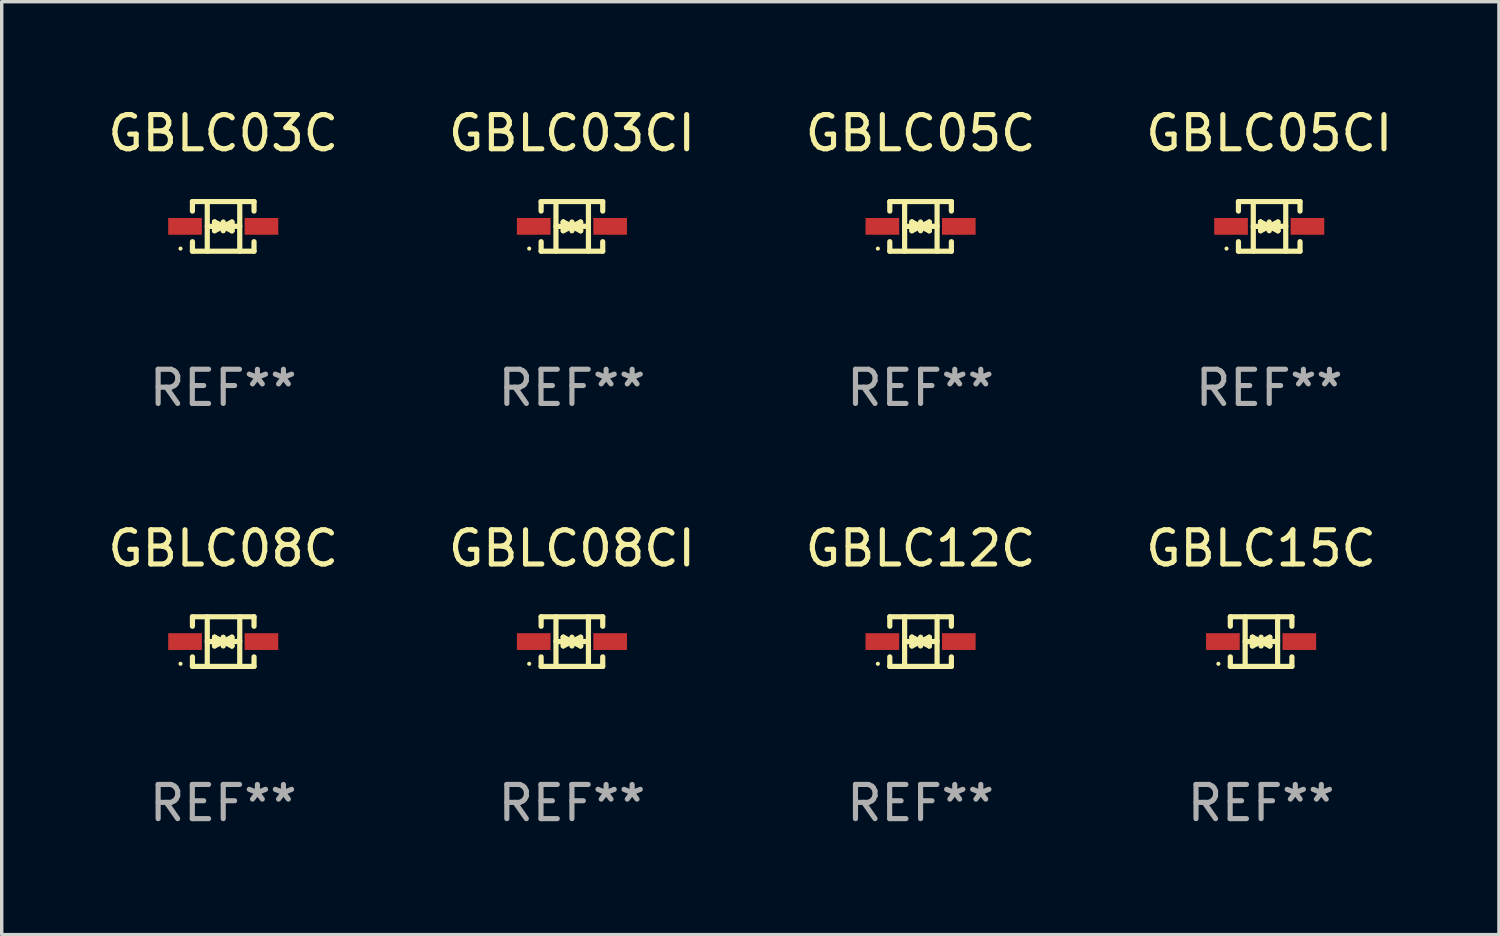
<source format=kicad_pcb>
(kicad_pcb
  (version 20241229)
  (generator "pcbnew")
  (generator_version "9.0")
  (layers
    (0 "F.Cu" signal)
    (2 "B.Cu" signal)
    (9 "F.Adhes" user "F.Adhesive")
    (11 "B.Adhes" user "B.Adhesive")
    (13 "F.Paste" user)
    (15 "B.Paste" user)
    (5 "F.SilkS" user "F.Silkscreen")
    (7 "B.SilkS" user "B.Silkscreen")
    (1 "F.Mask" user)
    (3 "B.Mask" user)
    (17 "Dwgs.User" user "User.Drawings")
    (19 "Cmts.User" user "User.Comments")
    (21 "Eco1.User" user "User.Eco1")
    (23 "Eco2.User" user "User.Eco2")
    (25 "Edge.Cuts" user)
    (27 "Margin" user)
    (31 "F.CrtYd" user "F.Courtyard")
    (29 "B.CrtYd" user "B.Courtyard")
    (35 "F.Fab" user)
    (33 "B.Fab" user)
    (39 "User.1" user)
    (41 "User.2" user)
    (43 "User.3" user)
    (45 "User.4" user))
  (footprint "GBLC05C"
    (layer "F.Cu")
    (at 23.887 3.574)
    (property "Reference" "GBLC05C" (at 0 -2.726 0) (layer "F.SilkS") (effects (font (size 1 1) (thickness 0.15))))
    (attr through_hole)
    (fp_line (start -0.901 -0.726) (end -0.901 -0.448) (stroke (width 0.152) (type solid)) (layer "F.SilkS"))
    (fp_line (start -0.901 0.726) (end -0.901 0.448) (stroke (width 0.152) (type solid)) (layer "F.SilkS"))
    (fp_line (start -0.467 0) (end 0.483 -0.003) (stroke (width 0.154) (type solid)) (layer "F.SilkS"))
    (fp_line (start -0.467 0.726) (end -0.467 -0.726) (stroke (width 0.152) (type solid)) (layer "F.SilkS"))
    (fp_line (start -0.254 -0.127) (end -0.254 -0.127) (stroke (width 0.154) (type solid)) (layer "F.SilkS"))
    (fp_line (start -0.254 -0.127) (end -0.002 -0.003) (stroke (width 0.154) (type solid)) (layer "F.SilkS"))
    (fp_line (start -0.254 0.127) (end -0.254 -0.127) (stroke (width 0.154) (type solid)) (layer "F.SilkS"))
    (fp_line (start -0.127 0) (end 0.003 0) (stroke (width 0.154) (type solid)) (layer "F.SilkS"))
    (fp_line (start -0.003 0) (end -0.254 0.127) (stroke (width 0.154) (type solid)) (layer "F.SilkS"))
    (fp_line (start 0 -0.127) (end 0 0.127) (stroke (width 0.154) (type solid)) (layer "F.SilkS"))
    (fp_line (start 0.003 0) (end 0.254 -0.127) (stroke (width 0.154) (type solid)) (layer "F.SilkS"))
    (fp_line (start 0.127 0) (end -0.003 0) (stroke (width 0.154) (type solid)) (layer "F.SilkS"))
    (fp_line (start 0.254 -0.127) (end 0.254 0.127) (stroke (width 0.154) (type solid)) (layer "F.SilkS"))
    (fp_line (start 0.254 0.127) (end 0.002 0.003) (stroke (width 0.154) (type solid)) (layer "F.SilkS"))
    (fp_line (start 0.254 0.127) (end 0.254 0.127) (stroke (width 0.154) (type solid)) (layer "F.SilkS"))
    (fp_line (start 0.483 0.726) (end 0.483 -0.726) (stroke (width 0.152) (type solid)) (layer "F.SilkS"))
    (fp_line (start 0.901 -0.726) (end -0.901 -0.726) (stroke (width 0.152) (type solid)) (layer "F.SilkS"))
    (fp_line (start 0.901 -0.726) (end 0.901 -0.448) (stroke (width 0.152) (type solid)) (layer "F.SilkS"))
    (fp_line (start 0.901 0.726) (end -0.901 0.726) (stroke (width 0.152) (type solid)) (layer "F.SilkS"))
    (fp_line (start 0.901 0.726) (end 0.901 0.448) (stroke (width 0.152) (type solid)) (layer "F.SilkS"))
    (fp_circle (center -1.25 0.65) (end -1.22 0.65) (stroke (width 0.06) (type solid)) (fill no) (layer "F.SilkS"))
    (fp_text user "REF**" (at 0 4.726 0) (layer "F.Fab") (effects (font (size 1 1) (thickness 0.15))))
    (pad "1" smd rect (at -1.118 0) (size 0.985 0.49) (layers "F.Cu" "F.Mask" "F.Paste"))
    (pad "2" smd rect (at 1.118 0) (size 0.985 0.49) (layers "F.Cu" "F.Mask" "F.Paste")))
  (footprint "GBLC08C"
    (layer "F.Cu")
    (at 3.482 15.723)
    (property "Reference" "GBLC08C" (at 0 -2.726 0) (layer "F.SilkS") (effects (font (size 1 1) (thickness 0.15))))
    (attr through_hole)
    (fp_line (start -0.901 -0.726) (end -0.901 -0.448) (stroke (width 0.152) (type solid)) (layer "F.SilkS"))
    (fp_line (start -0.901 0.726) (end -0.901 0.448) (stroke (width 0.152) (type solid)) (layer "F.SilkS"))
    (fp_line (start -0.467 0) (end 0.483 -0.003) (stroke (width 0.154) (type solid)) (layer "F.SilkS"))
    (fp_line (start -0.467 0.726) (end -0.467 -0.726) (stroke (width 0.152) (type solid)) (layer "F.SilkS"))
    (fp_line (start -0.254 -0.127) (end -0.254 -0.127) (stroke (width 0.154) (type solid)) (layer "F.SilkS"))
    (fp_line (start -0.254 -0.127) (end -0.002 -0.003) (stroke (width 0.154) (type solid)) (layer "F.SilkS"))
    (fp_line (start -0.254 0.127) (end -0.254 -0.127) (stroke (width 0.154) (type solid)) (layer "F.SilkS"))
    (fp_line (start -0.127 0) (end 0.003 0) (stroke (width 0.154) (type solid)) (layer "F.SilkS"))
    (fp_line (start -0.003 0) (end -0.254 0.127) (stroke (width 0.154) (type solid)) (layer "F.SilkS"))
    (fp_line (start 0 -0.127) (end 0 0.127) (stroke (width 0.154) (type solid)) (layer "F.SilkS"))
    (fp_line (start 0.003 0) (end 0.254 -0.127) (stroke (width 0.154) (type solid)) (layer "F.SilkS"))
    (fp_line (start 0.127 0) (end -0.003 0) (stroke (width 0.154) (type solid)) (layer "F.SilkS"))
    (fp_line (start 0.254 -0.127) (end 0.254 0.127) (stroke (width 0.154) (type solid)) (layer "F.SilkS"))
    (fp_line (start 0.254 0.127) (end 0.002 0.003) (stroke (width 0.154) (type solid)) (layer "F.SilkS"))
    (fp_line (start 0.254 0.127) (end 0.254 0.127) (stroke (width 0.154) (type solid)) (layer "F.SilkS"))
    (fp_line (start 0.483 0.726) (end 0.483 -0.726) (stroke (width 0.152) (type solid)) (layer "F.SilkS"))
    (fp_line (start 0.901 -0.726) (end -0.901 -0.726) (stroke (width 0.152) (type solid)) (layer "F.SilkS"))
    (fp_line (start 0.901 -0.726) (end 0.901 -0.448) (stroke (width 0.152) (type solid)) (layer "F.SilkS"))
    (fp_line (start 0.901 0.726) (end -0.901 0.726) (stroke (width 0.152) (type solid)) (layer "F.SilkS"))
    (fp_line (start 0.901 0.726) (end 0.901 0.448) (stroke (width 0.152) (type solid)) (layer "F.SilkS"))
    (fp_circle (center -1.25 0.65) (end -1.22 0.65) (stroke (width 0.06) (type solid)) (fill no) (layer "F.SilkS"))
    (fp_text user "REF**" (at 0 4.726 0) (layer "F.Fab") (effects (font (size 1 1) (thickness 0.15))))
    (pad "1" smd rect (at -1.118 0) (size 0.985 0.49) (layers "F.Cu" "F.Mask" "F.Paste"))
    (pad "2" smd rect (at 1.118 0) (size 0.985 0.49) (layers "F.Cu" "F.Mask" "F.Paste")))
  (footprint "GBLC12C"
    (layer "F.Cu")
    (at 23.887 15.723)
    (property "Reference" "GBLC12C" (at 0 -2.726 0) (layer "F.SilkS") (effects (font (size 1 1) (thickness 0.15))))
    (attr through_hole)
    (fp_line (start -0.901 -0.726) (end -0.901 -0.448) (stroke (width 0.152) (type solid)) (layer "F.SilkS"))
    (fp_line (start -0.901 0.726) (end -0.901 0.448) (stroke (width 0.152) (type solid)) (layer "F.SilkS"))
    (fp_line (start -0.467 0) (end 0.483 -0.003) (stroke (width 0.154) (type solid)) (layer "F.SilkS"))
    (fp_line (start -0.467 0.726) (end -0.467 -0.726) (stroke (width 0.152) (type solid)) (layer "F.SilkS"))
    (fp_line (start -0.254 -0.127) (end -0.254 -0.127) (stroke (width 0.154) (type solid)) (layer "F.SilkS"))
    (fp_line (start -0.254 -0.127) (end -0.002 -0.003) (stroke (width 0.154) (type solid)) (layer "F.SilkS"))
    (fp_line (start -0.254 0.127) (end -0.254 -0.127) (stroke (width 0.154) (type solid)) (layer "F.SilkS"))
    (fp_line (start -0.127 0) (end 0.003 0) (stroke (width 0.154) (type solid)) (layer "F.SilkS"))
    (fp_line (start -0.003 0) (end -0.254 0.127) (stroke (width 0.154) (type solid)) (layer "F.SilkS"))
    (fp_line (start 0 -0.127) (end 0 0.127) (stroke (width 0.154) (type solid)) (layer "F.SilkS"))
    (fp_line (start 0.003 0) (end 0.254 -0.127) (stroke (width 0.154) (type solid)) (layer "F.SilkS"))
    (fp_line (start 0.127 0) (end -0.003 0) (stroke (width 0.154) (type solid)) (layer "F.SilkS"))
    (fp_line (start 0.254 -0.127) (end 0.254 0.127) (stroke (width 0.154) (type solid)) (layer "F.SilkS"))
    (fp_line (start 0.254 0.127) (end 0.002 0.003) (stroke (width 0.154) (type solid)) (layer "F.SilkS"))
    (fp_line (start 0.254 0.127) (end 0.254 0.127) (stroke (width 0.154) (type solid)) (layer "F.SilkS"))
    (fp_line (start 0.483 0.726) (end 0.483 -0.726) (stroke (width 0.152) (type solid)) (layer "F.SilkS"))
    (fp_line (start 0.901 -0.726) (end -0.901 -0.726) (stroke (width 0.152) (type solid)) (layer "F.SilkS"))
    (fp_line (start 0.901 -0.726) (end 0.901 -0.448) (stroke (width 0.152) (type solid)) (layer "F.SilkS"))
    (fp_line (start 0.901 0.726) (end -0.901 0.726) (stroke (width 0.152) (type solid)) (layer "F.SilkS"))
    (fp_line (start 0.901 0.726) (end 0.901 0.448) (stroke (width 0.152) (type solid)) (layer "F.SilkS"))
    (fp_circle (center -1.25 0.65) (end -1.22 0.65) (stroke (width 0.06) (type solid)) (fill no) (layer "F.SilkS"))
    (fp_text user "REF**" (at 0 4.726 0) (layer "F.Fab") (effects (font (size 1 1) (thickness 0.15))))
    (pad "1" smd rect (at -1.118 0) (size 0.985 0.49) (layers "F.Cu" "F.Mask" "F.Paste"))
    (pad "2" smd rect (at 1.118 0) (size 0.985 0.49) (layers "F.Cu" "F.Mask" "F.Paste")))
  (footprint "GBLC03C"
    (layer "F.Cu")
    (at 3.482 3.574)
    (property "Reference" "GBLC03C" (at 0 -2.726 0) (layer "F.SilkS") (effects (font (size 1 1) (thickness 0.15))))
    (attr through_hole)
    (fp_line (start -0.901 -0.726) (end -0.901 -0.448) (stroke (width 0.152) (type solid)) (layer "F.SilkS"))
    (fp_line (start -0.901 0.726) (end -0.901 0.448) (stroke (width 0.152) (type solid)) (layer "F.SilkS"))
    (fp_line (start -0.467 0) (end 0.483 -0.003) (stroke (width 0.154) (type solid)) (layer "F.SilkS"))
    (fp_line (start -0.467 0.726) (end -0.467 -0.726) (stroke (width 0.152) (type solid)) (layer "F.SilkS"))
    (fp_line (start -0.254 -0.127) (end -0.254 -0.127) (stroke (width 0.154) (type solid)) (layer "F.SilkS"))
    (fp_line (start -0.254 -0.127) (end -0.002 -0.003) (stroke (width 0.154) (type solid)) (layer "F.SilkS"))
    (fp_line (start -0.254 0.127) (end -0.254 -0.127) (stroke (width 0.154) (type solid)) (layer "F.SilkS"))
    (fp_line (start -0.127 0) (end 0.003 0) (stroke (width 0.154) (type solid)) (layer "F.SilkS"))
    (fp_line (start -0.003 0) (end -0.254 0.127) (stroke (width 0.154) (type solid)) (layer "F.SilkS"))
    (fp_line (start 0 -0.127) (end 0 0.127) (stroke (width 0.154) (type solid)) (layer "F.SilkS"))
    (fp_line (start 0.003 0) (end 0.254 -0.127) (stroke (width 0.154) (type solid)) (layer "F.SilkS"))
    (fp_line (start 0.127 0) (end -0.003 0) (stroke (width 0.154) (type solid)) (layer "F.SilkS"))
    (fp_line (start 0.254 -0.127) (end 0.254 0.127) (stroke (width 0.154) (type solid)) (layer "F.SilkS"))
    (fp_line (start 0.254 0.127) (end 0.002 0.003) (stroke (width 0.154) (type solid)) (layer "F.SilkS"))
    (fp_line (start 0.254 0.127) (end 0.254 0.127) (stroke (width 0.154) (type solid)) (layer "F.SilkS"))
    (fp_line (start 0.483 0.726) (end 0.483 -0.726) (stroke (width 0.152) (type solid)) (layer "F.SilkS"))
    (fp_line (start 0.901 -0.726) (end -0.901 -0.726) (stroke (width 0.152) (type solid)) (layer "F.SilkS"))
    (fp_line (start 0.901 -0.726) (end 0.901 -0.448) (stroke (width 0.152) (type solid)) (layer "F.SilkS"))
    (fp_line (start 0.901 0.726) (end -0.901 0.726) (stroke (width 0.152) (type solid)) (layer "F.SilkS"))
    (fp_line (start 0.901 0.726) (end 0.901 0.448) (stroke (width 0.152) (type solid)) (layer "F.SilkS"))
    (fp_circle (center -1.25 0.65) (end -1.22 0.65) (stroke (width 0.06) (type solid)) (fill no) (layer "F.SilkS"))
    (fp_text user "REF**" (at 0 4.726 0) (layer "F.Fab") (effects (font (size 1 1) (thickness 0.15))))
    (pad "1" smd rect (at -1.118 0) (size 0.985 0.49) (layers "F.Cu" "F.Mask" "F.Paste"))
    (pad "2" smd rect (at 1.118 0) (size 0.985 0.49) (layers "F.Cu" "F.Mask" "F.Paste")))
  (footprint "GBLC05CI"
    (layer "F.Cu")
    (at 34.089 3.574)
    (property "Reference" "GBLC05CI" (at 0 -2.726 0) (layer "F.SilkS") (effects (font (size 1 1) (thickness 0.15))))
    (attr through_hole)
    (fp_line (start -0.901 -0.726) (end -0.901 -0.448) (stroke (width 0.152) (type solid)) (layer "F.SilkS"))
    (fp_line (start -0.901 0.726) (end -0.901 0.448) (stroke (width 0.152) (type solid)) (layer "F.SilkS"))
    (fp_line (start -0.467 0) (end 0.483 -0.003) (stroke (width 0.154) (type solid)) (layer "F.SilkS"))
    (fp_line (start -0.467 0.726) (end -0.467 -0.726) (stroke (width 0.152) (type solid)) (layer "F.SilkS"))
    (fp_line (start -0.254 -0.127) (end -0.254 -0.127) (stroke (width 0.154) (type solid)) (layer "F.SilkS"))
    (fp_line (start -0.254 -0.127) (end -0.002 -0.003) (stroke (width 0.154) (type solid)) (layer "F.SilkS"))
    (fp_line (start -0.254 0.127) (end -0.254 -0.127) (stroke (width 0.154) (type solid)) (layer "F.SilkS"))
    (fp_line (start -0.127 0) (end 0.003 0) (stroke (width 0.154) (type solid)) (layer "F.SilkS"))
    (fp_line (start -0.003 0) (end -0.254 0.127) (stroke (width 0.154) (type solid)) (layer "F.SilkS"))
    (fp_line (start 0 -0.127) (end 0 0.127) (stroke (width 0.154) (type solid)) (layer "F.SilkS"))
    (fp_line (start 0.003 0) (end 0.254 -0.127) (stroke (width 0.154) (type solid)) (layer "F.SilkS"))
    (fp_line (start 0.127 0) (end -0.003 0) (stroke (width 0.154) (type solid)) (layer "F.SilkS"))
    (fp_line (start 0.254 -0.127) (end 0.254 0.127) (stroke (width 0.154) (type solid)) (layer "F.SilkS"))
    (fp_line (start 0.254 0.127) (end 0.002 0.003) (stroke (width 0.154) (type solid)) (layer "F.SilkS"))
    (fp_line (start 0.254 0.127) (end 0.254 0.127) (stroke (width 0.154) (type solid)) (layer "F.SilkS"))
    (fp_line (start 0.483 0.726) (end 0.483 -0.726) (stroke (width 0.152) (type solid)) (layer "F.SilkS"))
    (fp_line (start 0.901 -0.726) (end -0.901 -0.726) (stroke (width 0.152) (type solid)) (layer "F.SilkS"))
    (fp_line (start 0.901 -0.726) (end 0.901 -0.448) (stroke (width 0.152) (type solid)) (layer "F.SilkS"))
    (fp_line (start 0.901 0.726) (end -0.901 0.726) (stroke (width 0.152) (type solid)) (layer "F.SilkS"))
    (fp_line (start 0.901 0.726) (end 0.901 0.448) (stroke (width 0.152) (type solid)) (layer "F.SilkS"))
    (fp_circle (center -1.25 0.65) (end -1.22 0.65) (stroke (width 0.06) (type solid)) (fill no) (layer "F.SilkS"))
    (fp_text user "REF**" (at 0 4.726 0) (layer "F.Fab") (effects (font (size 1 1) (thickness 0.15))))
    (pad "1" smd rect (at -1.118 0) (size 0.985 0.49) (layers "F.Cu" "F.Mask" "F.Paste"))
    (pad "2" smd rect (at 1.118 0) (size 0.985 0.49) (layers "F.Cu" "F.Mask" "F.Paste")))
  (footprint "GBLC08CI"
    (layer "F.Cu")
    (at 13.685 15.723)
    (property "Reference" "GBLC08CI" (at 0 -2.726 0) (layer "F.SilkS") (effects (font (size 1 1) (thickness 0.15))))
    (attr through_hole)
    (fp_line (start -0.901 -0.726) (end -0.901 -0.448) (stroke (width 0.152) (type solid)) (layer "F.SilkS"))
    (fp_line (start -0.901 0.726) (end -0.901 0.448) (stroke (width 0.152) (type solid)) (layer "F.SilkS"))
    (fp_line (start -0.467 0) (end 0.483 -0.003) (stroke (width 0.154) (type solid)) (layer "F.SilkS"))
    (fp_line (start -0.467 0.726) (end -0.467 -0.726) (stroke (width 0.152) (type solid)) (layer "F.SilkS"))
    (fp_line (start -0.254 -0.127) (end -0.254 -0.127) (stroke (width 0.154) (type solid)) (layer "F.SilkS"))
    (fp_line (start -0.254 -0.127) (end -0.002 -0.003) (stroke (width 0.154) (type solid)) (layer "F.SilkS"))
    (fp_line (start -0.254 0.127) (end -0.254 -0.127) (stroke (width 0.154) (type solid)) (layer "F.SilkS"))
    (fp_line (start -0.127 0) (end 0.003 0) (stroke (width 0.154) (type solid)) (layer "F.SilkS"))
    (fp_line (start -0.003 0) (end -0.254 0.127) (stroke (width 0.154) (type solid)) (layer "F.SilkS"))
    (fp_line (start 0 -0.127) (end 0 0.127) (stroke (width 0.154) (type solid)) (layer "F.SilkS"))
    (fp_line (start 0.003 0) (end 0.254 -0.127) (stroke (width 0.154) (type solid)) (layer "F.SilkS"))
    (fp_line (start 0.127 0) (end -0.003 0) (stroke (width 0.154) (type solid)) (layer "F.SilkS"))
    (fp_line (start 0.254 -0.127) (end 0.254 0.127) (stroke (width 0.154) (type solid)) (layer "F.SilkS"))
    (fp_line (start 0.254 0.127) (end 0.002 0.003) (stroke (width 0.154) (type solid)) (layer "F.SilkS"))
    (fp_line (start 0.254 0.127) (end 0.254 0.127) (stroke (width 0.154) (type solid)) (layer "F.SilkS"))
    (fp_line (start 0.483 0.726) (end 0.483 -0.726) (stroke (width 0.152) (type solid)) (layer "F.SilkS"))
    (fp_line (start 0.901 -0.726) (end -0.901 -0.726) (stroke (width 0.152) (type solid)) (layer "F.SilkS"))
    (fp_line (start 0.901 -0.726) (end 0.901 -0.448) (stroke (width 0.152) (type solid)) (layer "F.SilkS"))
    (fp_line (start 0.901 0.726) (end -0.901 0.726) (stroke (width 0.152) (type solid)) (layer "F.SilkS"))
    (fp_line (start 0.901 0.726) (end 0.901 0.448) (stroke (width 0.152) (type solid)) (layer "F.SilkS"))
    (fp_circle (center -1.25 0.65) (end -1.22 0.65) (stroke (width 0.06) (type solid)) (fill no) (layer "F.SilkS"))
    (fp_text user "REF**" (at 0 4.726 0) (layer "F.Fab") (effects (font (size 1 1) (thickness 0.15))))
    (pad "1" smd rect (at -1.118 0) (size 0.985 0.49) (layers "F.Cu" "F.Mask" "F.Paste"))
    (pad "2" smd rect (at 1.118 0) (size 0.985 0.49) (layers "F.Cu" "F.Mask" "F.Paste")))
  (footprint "GBLC03CI"
    (layer "F.Cu")
    (at 13.685 3.574)
    (property "Reference" "GBLC03CI" (at 0 -2.726 0) (layer "F.SilkS") (effects (font (size 1 1) (thickness 0.15))))
    (attr through_hole)
    (fp_line (start -0.901 -0.726) (end -0.901 -0.448) (stroke (width 0.152) (type solid)) (layer "F.SilkS"))
    (fp_line (start -0.901 0.726) (end -0.901 0.448) (stroke (width 0.152) (type solid)) (layer "F.SilkS"))
    (fp_line (start -0.467 0) (end 0.483 -0.003) (stroke (width 0.154) (type solid)) (layer "F.SilkS"))
    (fp_line (start -0.467 0.726) (end -0.467 -0.726) (stroke (width 0.152) (type solid)) (layer "F.SilkS"))
    (fp_line (start -0.254 -0.127) (end -0.254 -0.127) (stroke (width 0.154) (type solid)) (layer "F.SilkS"))
    (fp_line (start -0.254 -0.127) (end -0.002 -0.003) (stroke (width 0.154) (type solid)) (layer "F.SilkS"))
    (fp_line (start -0.254 0.127) (end -0.254 -0.127) (stroke (width 0.154) (type solid)) (layer "F.SilkS"))
    (fp_line (start -0.127 0) (end 0.003 0) (stroke (width 0.154) (type solid)) (layer "F.SilkS"))
    (fp_line (start -0.003 0) (end -0.254 0.127) (stroke (width 0.154) (type solid)) (layer "F.SilkS"))
    (fp_line (start 0 -0.127) (end 0 0.127) (stroke (width 0.154) (type solid)) (layer "F.SilkS"))
    (fp_line (start 0.003 0) (end 0.254 -0.127) (stroke (width 0.154) (type solid)) (layer "F.SilkS"))
    (fp_line (start 0.127 0) (end -0.003 0) (stroke (width 0.154) (type solid)) (layer "F.SilkS"))
    (fp_line (start 0.254 -0.127) (end 0.254 0.127) (stroke (width 0.154) (type solid)) (layer "F.SilkS"))
    (fp_line (start 0.254 0.127) (end 0.002 0.003) (stroke (width 0.154) (type solid)) (layer "F.SilkS"))
    (fp_line (start 0.254 0.127) (end 0.254 0.127) (stroke (width 0.154) (type solid)) (layer "F.SilkS"))
    (fp_line (start 0.483 0.726) (end 0.483 -0.726) (stroke (width 0.152) (type solid)) (layer "F.SilkS"))
    (fp_line (start 0.901 -0.726) (end -0.901 -0.726) (stroke (width 0.152) (type solid)) (layer "F.SilkS"))
    (fp_line (start 0.901 -0.726) (end 0.901 -0.448) (stroke (width 0.152) (type solid)) (layer "F.SilkS"))
    (fp_line (start 0.901 0.726) (end -0.901 0.726) (stroke (width 0.152) (type solid)) (layer "F.SilkS"))
    (fp_line (start 0.901 0.726) (end 0.901 0.448) (stroke (width 0.152) (type solid)) (layer "F.SilkS"))
    (fp_circle (center -1.25 0.65) (end -1.22 0.65) (stroke (width 0.06) (type solid)) (fill no) (layer "F.SilkS"))
    (fp_text user "REF**" (at 0 4.726 0) (layer "F.Fab") (effects (font (size 1 1) (thickness 0.15))))
    (pad "1" smd rect (at -1.118 0) (size 0.985 0.49) (layers "F.Cu" "F.Mask" "F.Paste"))
    (pad "2" smd rect (at 1.118 0) (size 0.985 0.49) (layers "F.Cu" "F.Mask" "F.Paste")))
  (footprint "GBLC15C"
    (layer "F.Cu")
    (at 33.851 15.723)
    (property "Reference" "GBLC15C" (at 0 -2.726 0) (layer "F.SilkS") (effects (font (size 1 1) (thickness 0.15))))
    (attr through_hole)
    (fp_line (start -0.901 -0.726) (end -0.901 -0.448) (stroke (width 0.152) (type solid)) (layer "F.SilkS"))
    (fp_line (start -0.901 0.726) (end -0.901 0.448) (stroke (width 0.152) (type solid)) (layer "F.SilkS"))
    (fp_line (start -0.467 0) (end 0.483 -0.003) (stroke (width 0.154) (type solid)) (layer "F.SilkS"))
    (fp_line (start -0.467 0.726) (end -0.467 -0.726) (stroke (width 0.152) (type solid)) (layer "F.SilkS"))
    (fp_line (start -0.254 -0.127) (end -0.254 -0.127) (stroke (width 0.154) (type solid)) (layer "F.SilkS"))
    (fp_line (start -0.254 -0.127) (end -0.002 -0.003) (stroke (width 0.154) (type solid)) (layer "F.SilkS"))
    (fp_line (start -0.254 0.127) (end -0.254 -0.127) (stroke (width 0.154) (type solid)) (layer "F.SilkS"))
    (fp_line (start -0.127 0) (end 0.003 0) (stroke (width 0.154) (type solid)) (layer "F.SilkS"))
    (fp_line (start -0.003 0) (end -0.254 0.127) (stroke (width 0.154) (type solid)) (layer "F.SilkS"))
    (fp_line (start 0 -0.127) (end 0 0.127) (stroke (width 0.154) (type solid)) (layer "F.SilkS"))
    (fp_line (start 0.003 0) (end 0.254 -0.127) (stroke (width 0.154) (type solid)) (layer "F.SilkS"))
    (fp_line (start 0.127 0) (end -0.003 0) (stroke (width 0.154) (type solid)) (layer "F.SilkS"))
    (fp_line (start 0.254 -0.127) (end 0.254 0.127) (stroke (width 0.154) (type solid)) (layer "F.SilkS"))
    (fp_line (start 0.254 0.127) (end 0.002 0.003) (stroke (width 0.154) (type solid)) (layer "F.SilkS"))
    (fp_line (start 0.254 0.127) (end 0.254 0.127) (stroke (width 0.154) (type solid)) (layer "F.SilkS"))
    (fp_line (start 0.483 0.726) (end 0.483 -0.726) (stroke (width 0.152) (type solid)) (layer "F.SilkS"))
    (fp_line (start 0.901 -0.726) (end -0.901 -0.726) (stroke (width 0.152) (type solid)) (layer "F.SilkS"))
    (fp_line (start 0.901 -0.726) (end 0.901 -0.448) (stroke (width 0.152) (type solid)) (layer "F.SilkS"))
    (fp_line (start 0.901 0.726) (end -0.901 0.726) (stroke (width 0.152) (type solid)) (layer "F.SilkS"))
    (fp_line (start 0.901 0.726) (end 0.901 0.448) (stroke (width 0.152) (type solid)) (layer "F.SilkS"))
    (fp_circle (center -1.25 0.65) (end -1.22 0.65) (stroke (width 0.06) (type solid)) (fill no) (layer "F.SilkS"))
    (fp_text user "REF**" (at 0 4.726 0) (layer "F.Fab") (effects (font (size 1 1) (thickness 0.15))))
    (pad "1" smd rect (at -1.118 0) (size 0.985 0.49) (layers "F.Cu" "F.Mask" "F.Paste"))
    (pad "2" smd rect (at 1.118 0) (size 0.985 0.49) (layers "F.Cu" "F.Mask" "F.Paste")))
  (gr_rect
    (start -3 -3)
    (end 40.81 24.298)
    (stroke (width 0.1) (type default))
    (fill no)
    (layer "Edge.Cuts")))
</source>
